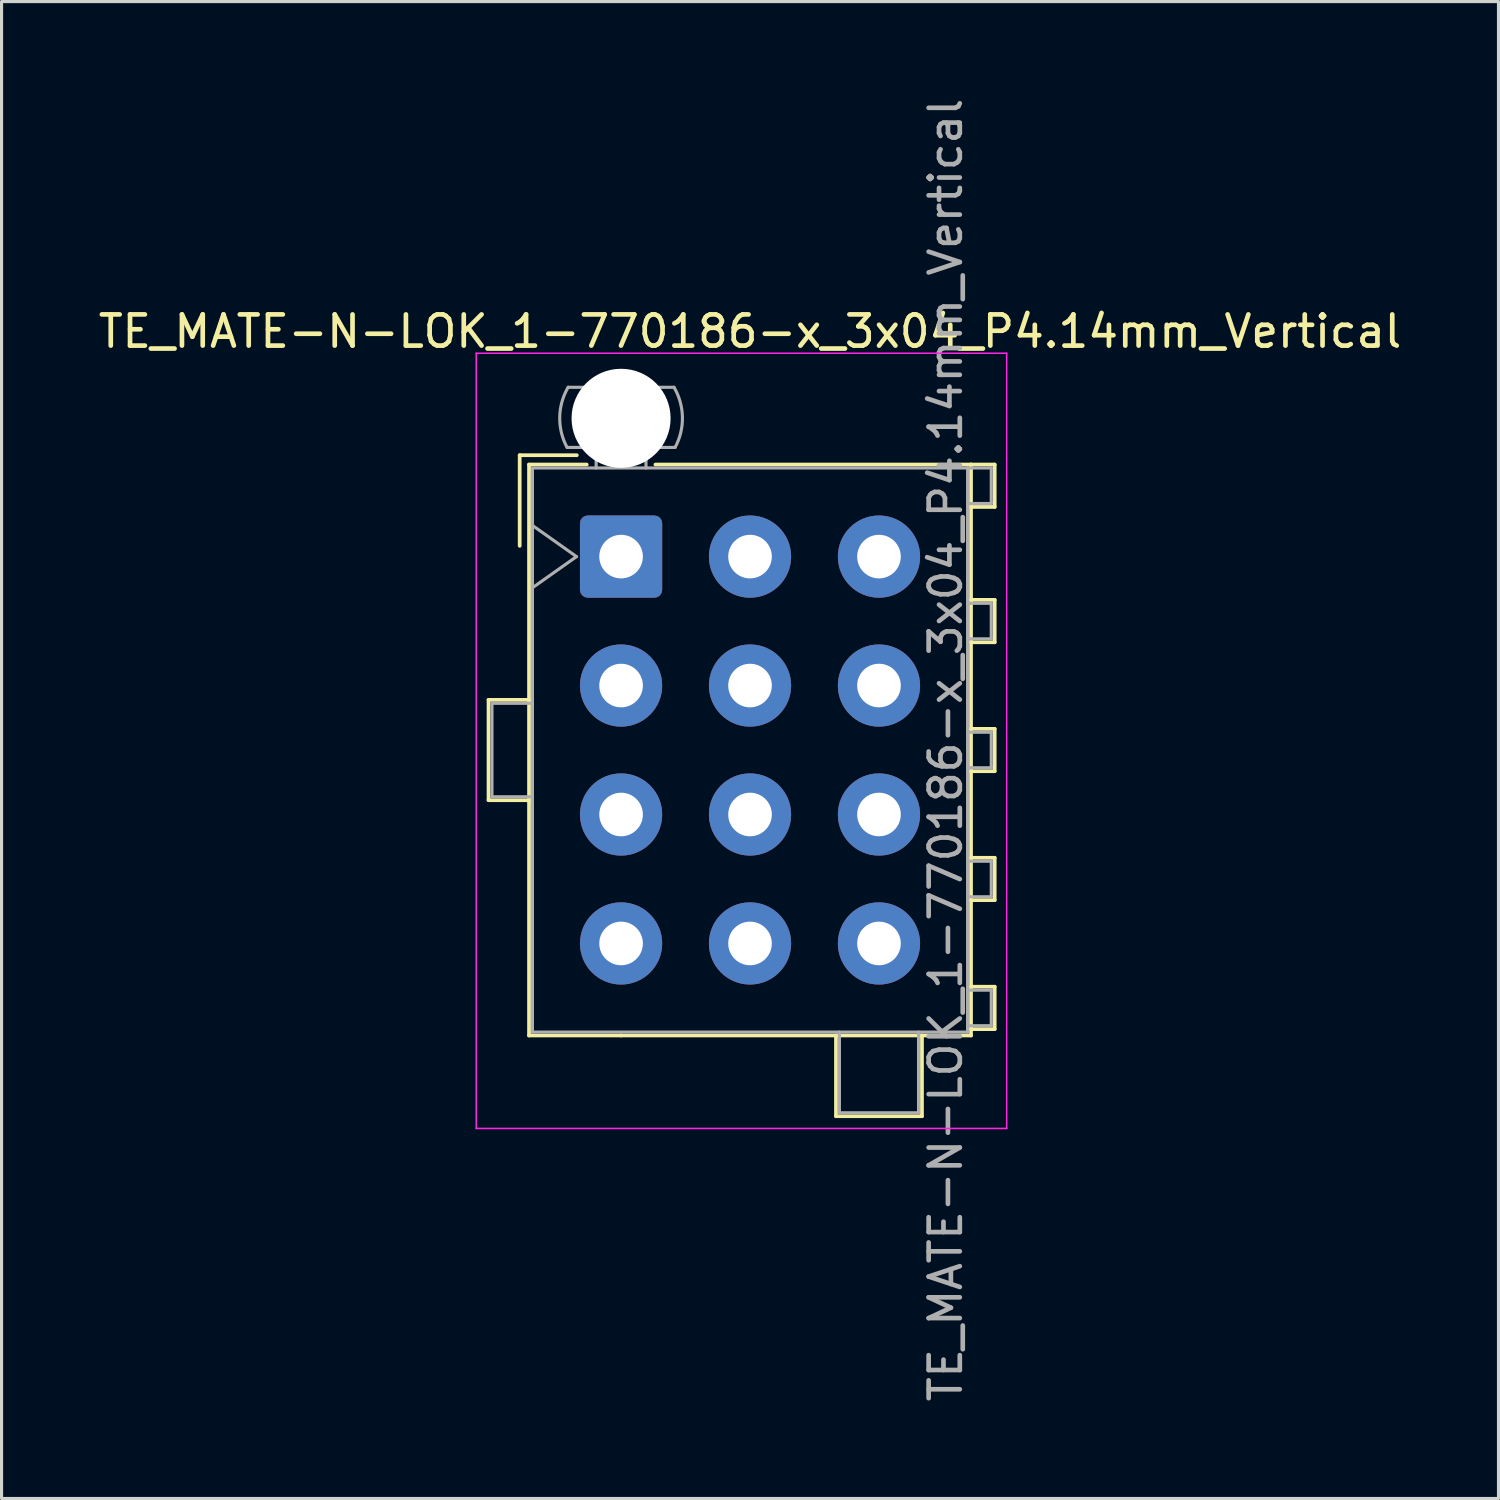
<source format=kicad_pcb>
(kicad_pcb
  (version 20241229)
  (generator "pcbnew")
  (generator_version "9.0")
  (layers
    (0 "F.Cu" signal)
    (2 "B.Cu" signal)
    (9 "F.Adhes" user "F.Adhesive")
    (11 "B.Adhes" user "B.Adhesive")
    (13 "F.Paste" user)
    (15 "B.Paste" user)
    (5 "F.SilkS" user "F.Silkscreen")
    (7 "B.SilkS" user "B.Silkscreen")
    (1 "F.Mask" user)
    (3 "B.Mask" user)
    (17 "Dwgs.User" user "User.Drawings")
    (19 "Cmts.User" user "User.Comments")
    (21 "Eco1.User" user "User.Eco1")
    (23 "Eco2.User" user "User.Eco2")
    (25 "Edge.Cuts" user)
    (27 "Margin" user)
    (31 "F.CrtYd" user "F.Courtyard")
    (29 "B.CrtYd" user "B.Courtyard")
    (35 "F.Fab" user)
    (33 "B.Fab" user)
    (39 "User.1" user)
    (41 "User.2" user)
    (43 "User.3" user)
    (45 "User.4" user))
  (footprint "TE_MATE-N-LOK_1-770186-x_3x04_P4.14mm_Vertical"
    (layer "F.Cu")
    (at 16.89 14.82)
    (property "Reference" "TE_MATE-N-LOK_1-770186-x_3x04_P4.14mm_Vertical" (at 4.14 -7.23 0) (layer "F.SilkS") (effects (font (size 1 1) (thickness 0.15))))
    (attr through_hole)
    (fp_line (start -4.255 4.6) (end -4.255 7.82) (stroke (width 0.12) (type solid)) (layer "F.SilkS"))
    (fp_line (start -4.255 7.82) (end -2.955 7.82) (stroke (width 0.12) (type solid)) (layer "F.SilkS"))
    (fp_line (start -3.255 -3.255) (end -3.255 -0.345) (stroke (width 0.12) (type solid)) (layer "F.SilkS"))
    (fp_line (start -2.955 -2.955) (end -2.955 15.375) (stroke (width 0.12) (type solid)) (layer "F.SilkS"))
    (fp_line (start -2.955 4.6) (end -4.255 4.6) (stroke (width 0.12) (type solid)) (layer "F.SilkS"))
    (fp_line (start -2.955 15.375) (end 0 15.375) (stroke (width 0.12) (type solid)) (layer "F.SilkS"))
    (fp_line (start -1.421 -3.255) (end -3.255 -3.255) (stroke (width 0.12) (type solid)) (layer "F.SilkS"))
    (fp_line (start -1.103 -2.955) (end -2.955 -2.955) (stroke (width 0.12) (type solid)) (layer "F.SilkS"))
    (fp_line (start 1.103 -2.955) (end 11.235 -2.955) (stroke (width 0.12) (type solid)) (layer "F.SilkS"))
    (fp_line (start 6.9 15.375) (end 6.9 17.966) (stroke (width 0.12) (type solid)) (layer "F.SilkS"))
    (fp_line (start 6.9 17.966) (end 9.66 17.966) (stroke (width 0.12) (type solid)) (layer "F.SilkS"))
    (fp_line (start 9.66 17.966) (end 9.66 15.375) (stroke (width 0.12) (type solid)) (layer "F.SilkS"))
    (fp_line (start 11.235 -2.955) (end 11.235 15.375) (stroke (width 0.12) (type solid)) (layer "F.SilkS"))
    (fp_line (start 11.235 -2.955) (end 11.995 -2.955) (stroke (width 0.12) (type solid)) (layer "F.SilkS"))
    (fp_line (start 11.235 1.39) (end 11.995 1.39) (stroke (width 0.12) (type solid)) (layer "F.SilkS"))
    (fp_line (start 11.235 5.53) (end 11.995 5.53) (stroke (width 0.12) (type solid)) (layer "F.SilkS"))
    (fp_line (start 11.235 9.67) (end 11.995 9.67) (stroke (width 0.12) (type solid)) (layer "F.SilkS"))
    (fp_line (start 11.235 13.81) (end 11.995 13.81) (stroke (width 0.12) (type solid)) (layer "F.SilkS"))
    (fp_line (start 11.235 15.375) (end 0 15.375) (stroke (width 0.12) (type solid)) (layer "F.SilkS"))
    (fp_line (start 11.995 -2.955) (end 11.995 -1.595) (stroke (width 0.12) (type solid)) (layer "F.SilkS"))
    (fp_line (start 11.995 -1.595) (end 11.235 -1.595) (stroke (width 0.12) (type solid)) (layer "F.SilkS"))
    (fp_line (start 11.995 1.39) (end 11.995 2.75) (stroke (width 0.12) (type solid)) (layer "F.SilkS"))
    (fp_line (start 11.995 2.75) (end 11.235 2.75) (stroke (width 0.12) (type solid)) (layer "F.SilkS"))
    (fp_line (start 11.995 5.53) (end 11.995 6.89) (stroke (width 0.12) (type solid)) (layer "F.SilkS"))
    (fp_line (start 11.995 6.89) (end 11.235 6.89) (stroke (width 0.12) (type solid)) (layer "F.SilkS"))
    (fp_line (start 11.995 9.67) (end 11.995 11.03) (stroke (width 0.12) (type solid)) (layer "F.SilkS"))
    (fp_line (start 11.995 11.03) (end 11.235 11.03) (stroke (width 0.12) (type solid)) (layer "F.SilkS"))
    (fp_line (start 11.995 13.81) (end 11.995 15.17) (stroke (width 0.12) (type solid)) (layer "F.SilkS"))
    (fp_line (start 11.995 15.17) (end 11.235 15.17) (stroke (width 0.12) (type solid)) (layer "F.SilkS"))
    (fp_line (start -4.65 -6.53) (end -4.65 18.36) (stroke (width 0.05) (type solid)) (layer "F.CrtYd"))
    (fp_line (start -4.65 18.36) (end 12.38 18.36) (stroke (width 0.05) (type solid)) (layer "F.CrtYd"))
    (fp_line (start 12.38 -6.53) (end -4.65 -6.53) (stroke (width 0.05) (type solid)) (layer "F.CrtYd"))
    (fp_line (start 12.38 18.36) (end 12.38 -6.53) (stroke (width 0.05) (type solid)) (layer "F.CrtYd"))
    (fp_line (start -4.145 4.71) (end -4.145 7.71) (stroke (width 0.1) (type solid)) (layer "F.Fab"))
    (fp_line (start -4.145 7.71) (end -2.845 7.71) (stroke (width 0.1) (type solid)) (layer "F.Fab"))
    (fp_line (start -2.845 -2.845) (end -2.845 15.265) (stroke (width 0.1) (type solid)) (layer "F.Fab"))
    (fp_line (start -2.845 -1) (end -1.431 0) (stroke (width 0.1) (type solid)) (layer "F.Fab"))
    (fp_line (start -2.845 4.71) (end -4.145 4.71) (stroke (width 0.1) (type solid)) (layer "F.Fab"))
    (fp_line (start -2.845 15.265) (end 11.125 15.265) (stroke (width 0.1) (type solid)) (layer "F.Fab"))
    (fp_line (start -1.431 0) (end -2.845 1) (stroke (width 0.1) (type solid)) (layer "F.Fab"))
    (fp_line (start -0.8 -2.845) (end -0.8 -3.505) (stroke (width 0.1) (type solid)) (layer "F.Fab"))
    (fp_line (start 0.8 -2.845) (end 0.8 -3.505) (stroke (width 0.1) (type solid)) (layer "F.Fab"))
    (fp_line (start 1.7 -5.436) (end -1.7 -5.436) (stroke (width 0.1) (type solid)) (layer "F.Fab"))
    (fp_line (start 1.734 -3.505) (end -1.734 -3.505) (stroke (width 0.1) (type solid)) (layer "F.Fab"))
    (fp_line (start 7.01 15.265) (end 7.01 17.856) (stroke (width 0.1) (type solid)) (layer "F.Fab"))
    (fp_line (start 7.01 17.856) (end 9.55 17.856) (stroke (width 0.1) (type solid)) (layer "F.Fab"))
    (fp_line (start 9.55 17.856) (end 9.55 15.265) (stroke (width 0.1) (type solid)) (layer "F.Fab"))
    (fp_line (start 11.125 -2.845) (end -2.845 -2.845) (stroke (width 0.1) (type solid)) (layer "F.Fab"))
    (fp_line (start 11.125 -2.845) (end 11.885 -2.845) (stroke (width 0.1) (type solid)) (layer "F.Fab"))
    (fp_line (start 11.125 1.5) (end 11.885 1.5) (stroke (width 0.1) (type solid)) (layer "F.Fab"))
    (fp_line (start 11.125 5.64) (end 11.885 5.64) (stroke (width 0.1) (type solid)) (layer "F.Fab"))
    (fp_line (start 11.125 9.78) (end 11.885 9.78) (stroke (width 0.1) (type solid)) (layer "F.Fab"))
    (fp_line (start 11.125 13.92) (end 11.885 13.92) (stroke (width 0.1) (type solid)) (layer "F.Fab"))
    (fp_line (start 11.125 15.265) (end 11.125 -2.845) (stroke (width 0.1) (type solid)) (layer "F.Fab"))
    (fp_line (start 11.885 -2.845) (end 11.885 -1.705) (stroke (width 0.1) (type solid)) (layer "F.Fab"))
    (fp_line (start 11.885 -1.705) (end 11.125 -1.705) (stroke (width 0.1) (type solid)) (layer "F.Fab"))
    (fp_line (start 11.885 1.5) (end 11.885 2.64) (stroke (width 0.1) (type solid)) (layer "F.Fab"))
    (fp_line (start 11.885 2.64) (end 11.125 2.64) (stroke (width 0.1) (type solid)) (layer "F.Fab"))
    (fp_line (start 11.885 5.64) (end 11.885 6.78) (stroke (width 0.1) (type solid)) (layer "F.Fab"))
    (fp_line (start 11.885 6.78) (end 11.125 6.78) (stroke (width 0.1) (type solid)) (layer "F.Fab"))
    (fp_line (start 11.885 9.78) (end 11.885 10.92) (stroke (width 0.1) (type solid)) (layer "F.Fab"))
    (fp_line (start 11.885 10.92) (end 11.125 10.92) (stroke (width 0.1) (type solid)) (layer "F.Fab"))
    (fp_line (start 11.885 13.92) (end 11.885 15.06) (stroke (width 0.1) (type solid)) (layer "F.Fab"))
    (fp_line (start 11.885 15.06) (end 11.125 15.06) (stroke (width 0.1) (type solid)) (layer "F.Fab"))
    (fp_arc (start -1.733977 -3.505) (mid -1.96969 -4.474992) (end -1.699672 -5.436) (stroke (width 0.1) (type solid)) (layer "F.Fab"))
    (fp_arc (start 1.699672 -5.436) (mid 1.969689 -4.474992) (end 1.733977 -3.505) (stroke (width 0.1) (type solid)) (layer "F.Fab"))
    (fp_text user "${REFERENCE}" (at 10.42 6.21 90) (layer "F.Fab") (effects (font (size 1 1) (thickness 0.15))))
    (pad "" np_thru_hole circle (at 0 -4.44) (size 3.18 3.18) (drill 3.18) (layers "*.Cu" "*.Mask"))
    (pad "1" thru_hole roundrect (at 0 0) (size 2.64 2.64) (drill 1.4) (layers "*.Cu" "*.Mask") (roundrect_rratio 0.095))
    (pad "2" thru_hole circle (at 0 4.14) (size 2.64 2.64) (drill 1.4) (layers "*.Cu" "*.Mask"))
    (pad "3" thru_hole circle (at 0 8.28) (size 2.64 2.64) (drill 1.4) (layers "*.Cu" "*.Mask"))
    (pad "4" thru_hole circle (at 0 12.42) (size 2.64 2.64) (drill 1.4) (layers "*.Cu" "*.Mask"))
    (pad "5" thru_hole circle (at 4.14 0) (size 2.64 2.64) (drill 1.4) (layers "*.Cu" "*.Mask"))
    (pad "6" thru_hole circle (at 4.14 4.14) (size 2.64 2.64) (drill 1.4) (layers "*.Cu" "*.Mask"))
    (pad "7" thru_hole circle (at 4.14 8.28) (size 2.64 2.64) (drill 1.4) (layers "*.Cu" "*.Mask"))
    (pad "8" thru_hole circle (at 4.14 12.42) (size 2.64 2.64) (drill 1.4) (layers "*.Cu" "*.Mask"))
    (pad "9" thru_hole circle (at 8.28 0) (size 2.64 2.64) (drill 1.4) (layers "*.Cu" "*.Mask"))
    (pad "10" thru_hole circle (at 8.28 4.14) (size 2.64 2.64) (drill 1.4) (layers "*.Cu" "*.Mask"))
    (pad "11" thru_hole circle (at 8.28 8.28) (size 2.64 2.64) (drill 1.4) (layers "*.Cu" "*.Mask"))
    (pad "12" thru_hole circle (at 8.28 12.42) (size 2.64 2.64) (drill 1.4) (layers "*.Cu" "*.Mask")))
  (gr_rect
    (start -3 -3)
    (end 45.06 45.06)
    (stroke (width 0.1) (type default))
    (fill no)
    (layer "Edge.Cuts")))
</source>
